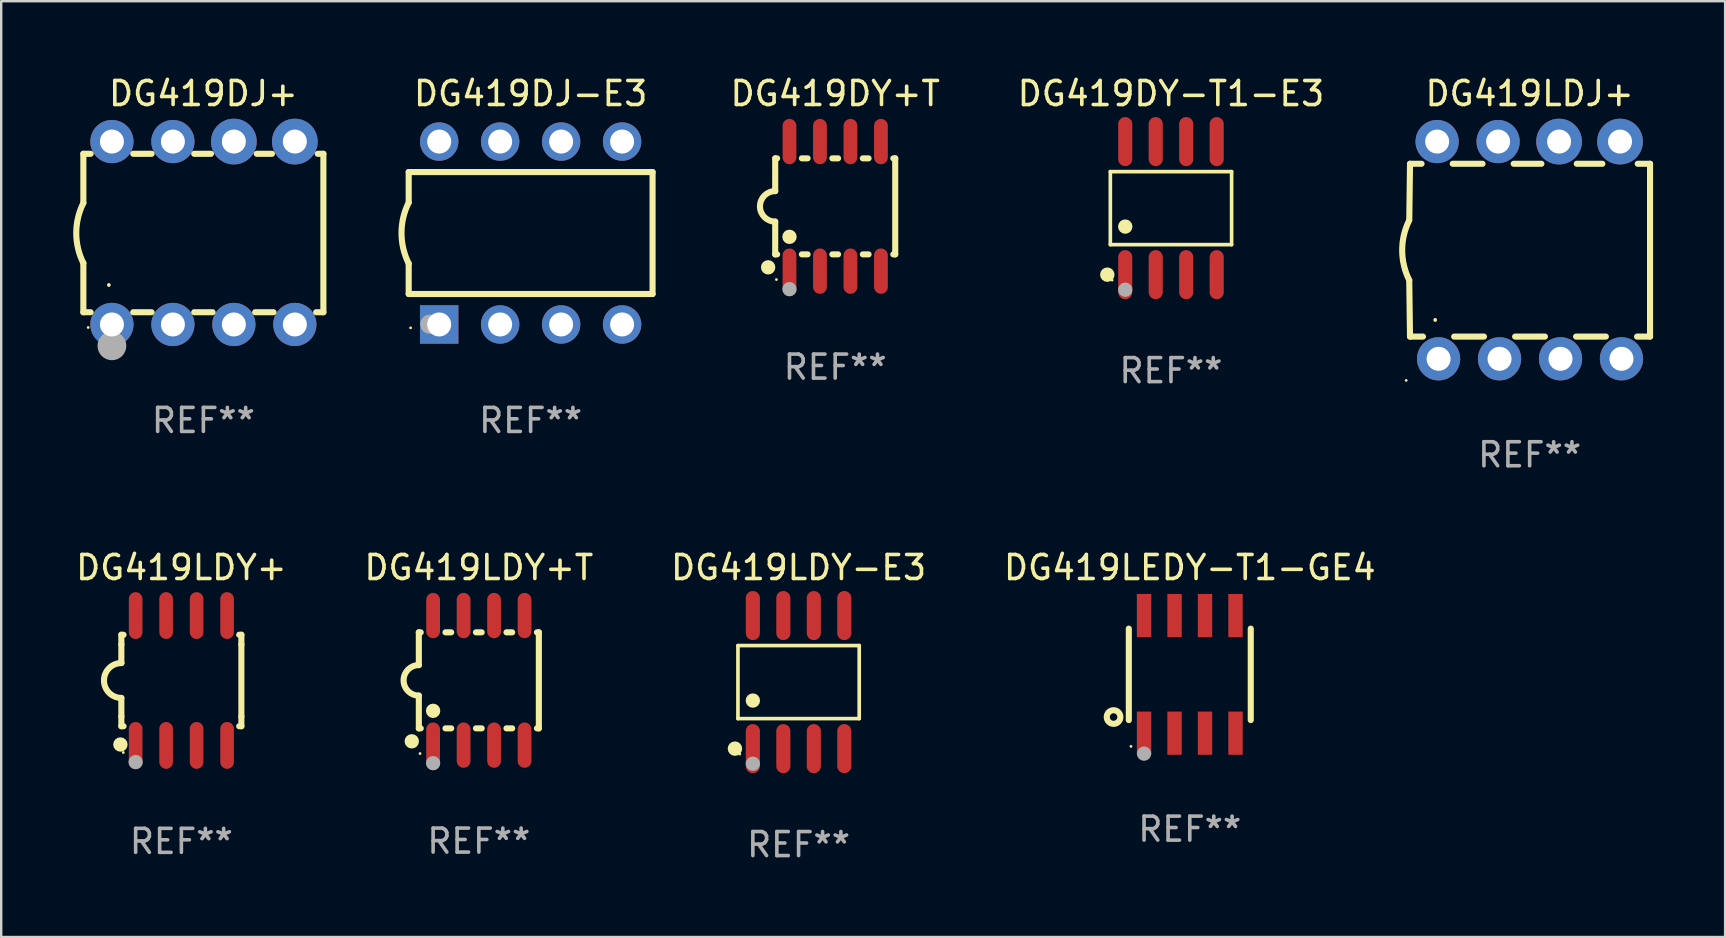
<source format=kicad_pcb>
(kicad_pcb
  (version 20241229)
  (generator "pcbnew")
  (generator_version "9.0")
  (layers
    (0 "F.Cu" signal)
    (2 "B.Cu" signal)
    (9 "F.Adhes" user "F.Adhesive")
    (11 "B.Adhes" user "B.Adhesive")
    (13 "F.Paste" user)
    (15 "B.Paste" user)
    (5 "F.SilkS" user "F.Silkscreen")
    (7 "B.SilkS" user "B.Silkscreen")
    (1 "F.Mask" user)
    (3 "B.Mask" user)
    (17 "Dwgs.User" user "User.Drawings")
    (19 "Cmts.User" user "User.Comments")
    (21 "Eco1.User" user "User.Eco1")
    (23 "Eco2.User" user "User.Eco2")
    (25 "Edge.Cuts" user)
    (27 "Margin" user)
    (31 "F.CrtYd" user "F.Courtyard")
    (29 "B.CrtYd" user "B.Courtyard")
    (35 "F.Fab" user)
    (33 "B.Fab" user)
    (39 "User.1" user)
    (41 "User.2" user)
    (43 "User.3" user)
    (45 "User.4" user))
  (footprint "DG419LDJ+"
    (layer "F.Cu")
    (at 60.677 7.373)
    (property "Reference" "DG419LDJ+" (at 0 -6.525 0) (layer "F.SilkS") (effects (font (size 1 1) (thickness 0.15))))
    (attr through_hole)
    (fp_line (start -4.984 -3.6) (end -5.014 -1.3) (stroke (width 0.254) (type solid)) (layer "F.SilkS"))
    (fp_line (start -4.984 -3.6) (end -4.504 -3.6) (stroke (width 0.254) (type solid)) (layer "F.SilkS"))
    (fp_line (start -4.984 3.6) (end -5.016 1.25) (stroke (width 0.254) (type solid)) (layer "F.SilkS"))
    (fp_line (start -4.984 3.6) (end -4.444 3.6) (stroke (width 0.254) (type solid)) (layer "F.SilkS"))
    (fp_line (start -3.205 -3.6) (end -1.964 -3.6) (stroke (width 0.254) (type solid)) (layer "F.SilkS"))
    (fp_line (start -3.145 3.6) (end -1.904 3.6) (stroke (width 0.254) (type solid)) (layer "F.SilkS"))
    (fp_line (start -0.665 -3.6) (end 0.489 -3.6) (stroke (width 0.254) (type solid)) (layer "F.SilkS"))
    (fp_line (start -0.605 3.6) (end 0.636 3.6) (stroke (width 0.254) (type solid)) (layer "F.SilkS"))
    (fp_line (start 1.935 3.6) (end 3.176 3.6) (stroke (width 0.254) (type solid)) (layer "F.SilkS"))
    (fp_line (start 1.963 -3.6) (end 3.029 -3.6) (stroke (width 0.254) (type solid)) (layer "F.SilkS"))
    (fp_line (start 4.475 3.6) (end 5.016 3.6) (stroke (width 0.254) (type solid)) (layer "F.SilkS"))
    (fp_line (start 4.503 -3.6) (end 5.016 -3.6) (stroke (width 0.254) (type solid)) (layer "F.SilkS"))
    (fp_line (start 5.016 -3.6) (end 5.016 3.6) (stroke (width 0.254) (type solid)) (layer "F.SilkS"))
    (fp_arc (start -5.015621 1.24972) (mid -5.310243 -0.000275) (end -5.014376 -1.249975) (stroke (width 0.254001) (type solid)) (layer "F.SilkS"))
    (fp_arc (start -3.934646 2.911239) (mid -3.934581 2.905612) (end -3.934392 2.899987) (stroke (width 0.149987) (type solid)) (layer "F.SilkS"))
    (fp_circle (center -5.143 5.425) (end -5.113 5.425) (stroke (width 0.06) (type solid)) (fill no) (layer "F.SilkS"))
    (fp_text user "REF**" (at 0 8.525 0) (layer "F.Fab") (effects (font (size 1 1) (thickness 0.15))))
    (pad "1" thru_hole circle (at -3.794 4.525) (size 1.8 1.8) (drill 1) (layers "*.Cu" "*.Mask"))
    (pad "2" thru_hole circle (at -1.254 4.525) (size 1.8 1.8) (drill 1) (layers "*.Cu" "*.Mask"))
    (pad "3" thru_hole circle (at 1.286 4.525) (size 1.8 1.8) (drill 1) (layers "*.Cu" "*.Mask"))
    (pad "4" thru_hole circle (at 3.826 4.525) (size 1.8 1.8) (drill 1) (layers "*.Cu" "*.Mask"))
    (pad "5" thru_hole circle (at 3.766 -4.525) (size 1.905 1.905) (drill 1) (layers "*.Cu" "*.Mask"))
    (pad "6" thru_hole circle (at 1.226 -4.525) (size 1.905 1.905) (drill 1) (layers "*.Cu" "*.Mask"))
    (pad "7" thru_hole circle (at -1.314 -4.525) (size 1.8 1.8) (drill 1) (layers "*.Cu" "*.Mask"))
    (pad "8" thru_hole circle (at -3.854 -4.525) (size 1.8 1.8) (drill 1) (layers "*.Cu" "*.Mask")))
  (footprint "DG419LDY-E3"
    (layer "F.Cu")
    (at 30.22 25.367)
    (property "Reference" "DG419LDY-E3" (at 0 -4.772 0) (layer "F.SilkS") (effects (font (size 1 1) (thickness 0.15))))
    (attr through_hole)
    (fp_line (start -2.526 -1.521) (end 2.526 -1.521) (stroke (width 0.152) (type solid)) (layer "F.SilkS"))
    (fp_line (start -2.526 1.521) (end -2.526 -1.521) (stroke (width 0.152) (type solid)) (layer "F.SilkS"))
    (fp_line (start 2.526 -1.521) (end 2.526 1.521) (stroke (width 0.152) (type solid)) (layer "F.SilkS"))
    (fp_line (start 2.526 1.521) (end -2.526 1.521) (stroke (width 0.152) (type solid)) (layer "F.SilkS"))
    (fp_circle (center -2.652 2.772) (end -2.501 2.772) (stroke (width 0.3) (type solid)) (fill no) (layer "F.SilkS"))
    (fp_circle (center -2.45 3) (end -2.42 3) (stroke (width 0.06) (type solid)) (fill no) (layer "F.SilkS"))
    (fp_circle (center -1.905 0.769) (end -1.755 0.769) (stroke (width 0.3) (type solid)) (fill no) (layer "F.SilkS"))
    (fp_circle (center -1.905 3.4) (end -1.755 3.4) (stroke (width 0.3) (type solid)) (fill no) (layer "F.Fab"))
    (fp_text user "REF**" (at 0 6.772 0) (layer "F.Fab") (effects (font (size 1 1) (thickness 0.15))))
    (pad "1" smd oval (at -1.905 2.772) (size 0.588 2.045) (layers "F.Cu" "F.Mask" "F.Paste"))
    (pad "2" smd oval (at -0.635 2.772) (size 0.588 2.045) (layers "F.Cu" "F.Mask" "F.Paste"))
    (pad "3" smd oval (at 0.635 2.772) (size 0.588 2.045) (layers "F.Cu" "F.Mask" "F.Paste"))
    (pad "4" smd oval (at 1.905 2.772) (size 0.588 2.045) (layers "F.Cu" "F.Mask" "F.Paste"))
    (pad "5" smd oval (at 1.905 -2.772) (size 0.588 2.045) (layers "F.Cu" "F.Mask" "F.Paste"))
    (pad "6" smd oval (at 0.635 -2.772) (size 0.588 2.045) (layers "F.Cu" "F.Mask" "F.Paste"))
    (pad "7" smd oval (at -0.635 -2.772) (size 0.588 2.045) (layers "F.Cu" "F.Mask" "F.Paste"))
    (pad "8" smd oval (at -1.905 -2.772) (size 0.588 2.045) (layers "F.Cu" "F.Mask" "F.Paste")))
  (footprint "DG419LDY+"
    (layer "F.Cu")
    (at 4.506 25.3)
    (property "Reference" "DG419LDY+" (at 0 -4.705 0) (layer "F.SilkS") (effects (font (size 1 1) (thickness 0.15))))
    (attr through_hole)
    (fp_line (start -2.5 -1.905) (end -2.409 -1.905) (stroke (width 0.254) (type solid)) (layer "F.SilkS"))
    (fp_line (start -2.5 -1.5) (end -2.5 -1.905) (stroke (width 0.254) (type solid)) (layer "F.SilkS"))
    (fp_line (start -2.5 -1.5) (end -2.5 -0.726) (stroke (width 0.254) (type solid)) (layer "F.SilkS"))
    (fp_line (start -2.5 1.5) (end -2.5 0.727) (stroke (width 0.254) (type solid)) (layer "F.SilkS"))
    (fp_line (start -2.5 1.5) (end -2.5 1.905) (stroke (width 0.254) (type solid)) (layer "F.SilkS"))
    (fp_line (start -2.5 1.905) (end -2.409 1.905) (stroke (width 0.254) (type solid)) (layer "F.SilkS"))
    (fp_line (start 2.5 -1.905) (end 2.409 -1.905) (stroke (width 0.254) (type solid)) (layer "F.SilkS"))
    (fp_line (start 2.5 -1.5) (end 2.5 -1.905) (stroke (width 0.254) (type solid)) (layer "F.SilkS"))
    (fp_line (start 2.5 -1.5) (end 2.5 1.5) (stroke (width 0.254) (type solid)) (layer "F.SilkS"))
    (fp_line (start 2.5 1.5) (end 2.5 1.905) (stroke (width 0.254) (type solid)) (layer "F.SilkS"))
    (fp_line (start 2.5 1.905) (end 2.409 1.905) (stroke (width 0.254) (type solid)) (layer "F.SilkS"))
    (fp_arc (start -2.5 0.726568) (mid -3.220316 -0.0023) (end -2.495097 -0.726289) (stroke (width 0.254001) (type solid)) (layer "F.SilkS"))
    (fp_circle (center -2.54 2.667) (end -2.39 2.667) (stroke (width 0.3) (type solid)) (fill no) (layer "F.SilkS"))
    (fp_circle (center -2.42 3) (end -2.39 3) (stroke (width 0.06) (type solid)) (fill no) (layer "F.SilkS"))
    (fp_circle (center -1.905 3.4) (end -1.755 3.4) (stroke (width 0.3) (type solid)) (fill no) (layer "F.Fab"))
    (fp_text user "REF**" (at 0 6.705 0) (layer "F.Fab") (effects (font (size 1 1) (thickness 0.15))))
    (pad "1" smd oval (at -1.905 2.705) (size 0.568 1.95) (layers "F.Cu" "F.Mask" "F.Paste"))
    (pad "2" smd oval (at -0.635 2.705) (size 0.568 1.95) (layers "F.Cu" "F.Mask" "F.Paste"))
    (pad "3" smd oval (at 0.635 2.705) (size 0.568 1.95) (layers "F.Cu" "F.Mask" "F.Paste"))
    (pad "4" smd oval (at 1.905 2.705) (size 0.568 1.95) (layers "F.Cu" "F.Mask" "F.Paste"))
    (pad "5" smd oval (at 1.905 -2.705) (size 0.568 1.95) (layers "F.Cu" "F.Mask" "F.Paste"))
    (pad "6" smd oval (at 0.635 -2.705) (size 0.568 1.95) (layers "F.Cu" "F.Mask" "F.Paste"))
    (pad "7" smd oval (at -0.635 -2.705) (size 0.568 1.95) (layers "F.Cu" "F.Mask" "F.Paste"))
    (pad "8" smd oval (at -1.905 -2.705) (size 0.568 1.95) (layers "F.Cu" "F.Mask" "F.Paste")))
  (footprint "DG419DJ-E3"
    (layer "F.Cu")
    (at 19.057 6.658)
    (property "Reference" "DG419DJ-E3" (at 0 -5.81 0) (layer "F.SilkS") (effects (font (size 1 1) (thickness 0.15))))
    (attr through_hole)
    (fp_line (start -5.08 -1.27) (end -5.08 -2.54) (stroke (width 0.254) (type solid)) (layer "F.SilkS"))
    (fp_line (start -5.08 2.54) (end -5.08 1.27) (stroke (width 0.254) (type solid)) (layer "F.SilkS"))
    (fp_line (start 5.08 -2.54) (end -5.08 -2.54) (stroke (width 0.254) (type solid)) (layer "F.SilkS"))
    (fp_line (start 5.08 2.54) (end -5.08 2.54) (stroke (width 0.254) (type solid)) (layer "F.SilkS"))
    (fp_line (start 5.08 2.54) (end 5.08 -2.54) (stroke (width 0.254) (type solid)) (layer "F.SilkS"))
    (fp_arc (start -5.080011 1.270002) (mid -5.379818 -0.000001) (end -5.08001 -1.270003) (stroke (width 0.254001) (type solid)) (layer "F.SilkS"))
    (fp_circle (center -5 3.95) (end -4.97 3.95) (stroke (width 0.06) (type solid)) (fill no) (layer "F.SilkS"))
    (fp_circle (center -4.2 3.8) (end -4 3.8) (stroke (width 0.4) (type solid)) (fill no) (layer "F.Fab"))
    (fp_text user "REF**" (at 0 7.81 0) (layer "F.Fab") (effects (font (size 1 1) (thickness 0.15))))
    (pad "1" thru_hole rect (at -3.81 3.81) (size 1.6 1.6) (drill 1) (layers "*.Cu" "*.Mask"))
    (pad "2" thru_hole circle (at -1.27 3.81) (size 1.6 1.6) (drill 1) (layers "*.Cu" "*.Mask"))
    (pad "3" thru_hole circle (at 1.27 3.81) (size 1.6 1.6) (drill 1) (layers "*.Cu" "*.Mask"))
    (pad "4" thru_hole circle (at 3.81 3.81) (size 1.6 1.6) (drill 1) (layers "*.Cu" "*.Mask"))
    (pad "5" thru_hole circle (at 3.81 -3.81) (size 1.6 1.6) (drill 1) (layers "*.Cu" "*.Mask"))
    (pad "6" thru_hole circle (at 1.27 -3.81) (size 1.6 1.6) (drill 1) (layers "*.Cu" "*.Mask"))
    (pad "7" thru_hole circle (at -1.27 -3.81) (size 1.6 1.6) (drill 1) (layers "*.Cu" "*.Mask"))
    (pad "8" thru_hole circle (at -3.81 -3.81) (size 1.6 1.6) (drill 1) (layers "*.Cu" "*.Mask")))
  (footprint "DG419DY+T"
    (layer "F.Cu")
    (at 31.746 5.547)
    (property "Reference" "DG419DY+T" (at 0 -4.699 0) (layer "F.SilkS") (effects (font (size 1 1) (thickness 0.15))))
    (attr through_hole)
    (fp_line (start -2.5 -2) (end -2.5 -0.635) (stroke (width 0.254) (type solid)) (layer "F.SilkS"))
    (fp_line (start -2.5 -2) (end -2.421 -2) (stroke (width 0.254) (type solid)) (layer "F.SilkS"))
    (fp_line (start -2.5 2) (end -2.5 0.635) (stroke (width 0.254) (type solid)) (layer "F.SilkS"))
    (fp_line (start -2.5 2) (end -2.421 2) (stroke (width 0.254) (type solid)) (layer "F.SilkS"))
    (fp_line (start -1.389 -2) (end -1.151 -2) (stroke (width 0.254) (type solid)) (layer "F.SilkS"))
    (fp_line (start -1.389 2) (end -1.151 2) (stroke (width 0.254) (type solid)) (layer "F.SilkS"))
    (fp_line (start -0.119 -2) (end 0.119 -2) (stroke (width 0.254) (type solid)) (layer "F.SilkS"))
    (fp_line (start -0.119 2) (end 0.119 2) (stroke (width 0.254) (type solid)) (layer "F.SilkS"))
    (fp_line (start 1.151 -2) (end 1.389 -2) (stroke (width 0.254) (type solid)) (layer "F.SilkS"))
    (fp_line (start 1.151 2) (end 1.389 2) (stroke (width 0.254) (type solid)) (layer "F.SilkS"))
    (fp_line (start 2.421 -2) (end 2.5 -2) (stroke (width 0.254) (type solid)) (layer "F.SilkS"))
    (fp_line (start 2.421 2) (end 2.5 2) (stroke (width 0.254) (type solid)) (layer "F.SilkS"))
    (fp_line (start 2.5 -2) (end 2.5 2) (stroke (width 0.254) (type solid)) (layer "F.SilkS"))
    (fp_arc (start -2.5 0.635001) (mid -3.134366 -0.000318) (end -2.499365 -0.635001) (stroke (width 0.254001) (type solid)) (layer "F.SilkS"))
    (fp_circle (center -2.794 2.54) (end -2.644 2.54) (stroke (width 0.3) (type solid)) (fill no) (layer "F.SilkS"))
    (fp_circle (center -2.45 3.05) (end -2.42 3.05) (stroke (width 0.06) (type solid)) (fill no) (layer "F.SilkS"))
    (fp_circle (center -1.905 1.27) (end -1.755 1.27) (stroke (width 0.3) (type solid)) (fill no) (layer "F.SilkS"))
    (fp_circle (center -1.905 3.45) (end -1.755 3.45) (stroke (width 0.3) (type solid)) (fill no) (layer "F.Fab"))
    (fp_text user "REF**" (at 0 6.699 0) (layer "F.Fab") (effects (font (size 1 1) (thickness 0.15))))
    (pad "1" smd oval (at -1.905 2.699) (size 0.574 1.888) (layers "F.Cu" "F.Mask" "F.Paste"))
    (pad "2" smd oval (at -0.635 2.699) (size 0.574 1.888) (layers "F.Cu" "F.Mask" "F.Paste"))
    (pad "3" smd oval (at 0.635 2.699) (size 0.574 1.888) (layers "F.Cu" "F.Mask" "F.Paste"))
    (pad "4" smd oval (at 1.905 2.699) (size 0.574 1.888) (layers "F.Cu" "F.Mask" "F.Paste"))
    (pad "5" smd oval (at 1.905 -2.699) (size 0.574 1.888) (layers "F.Cu" "F.Mask" "F.Paste"))
    (pad "6" smd oval (at 0.635 -2.699) (size 0.574 1.888) (layers "F.Cu" "F.Mask" "F.Paste"))
    (pad "7" smd oval (at -0.635 -2.699) (size 0.574 1.888) (layers "F.Cu" "F.Mask" "F.Paste"))
    (pad "8" smd oval (at -1.905 -2.699) (size 0.574 1.888) (layers "F.Cu" "F.Mask" "F.Paste")))
  (footprint "DG419DY-T1-E3"
    (layer "F.Cu")
    (at 45.734 5.621)
    (property "Reference" "DG419DY-T1-E3" (at 0 -4.772 0) (layer "F.SilkS") (effects (font (size 1 1) (thickness 0.15))))
    (attr through_hole)
    (fp_line (start -2.526 -1.521) (end 2.526 -1.521) (stroke (width 0.152) (type solid)) (layer "F.SilkS"))
    (fp_line (start -2.526 1.521) (end -2.526 -1.521) (stroke (width 0.152) (type solid)) (layer "F.SilkS"))
    (fp_line (start 2.526 -1.521) (end 2.526 1.521) (stroke (width 0.152) (type solid)) (layer "F.SilkS"))
    (fp_line (start 2.526 1.521) (end -2.526 1.521) (stroke (width 0.152) (type solid)) (layer "F.SilkS"))
    (fp_circle (center -2.652 2.772) (end -2.501 2.772) (stroke (width 0.3) (type solid)) (fill no) (layer "F.SilkS"))
    (fp_circle (center -2.45 3) (end -2.42 3) (stroke (width 0.06) (type solid)) (fill no) (layer "F.SilkS"))
    (fp_circle (center -1.905 0.769) (end -1.755 0.769) (stroke (width 0.3) (type solid)) (fill no) (layer "F.SilkS"))
    (fp_circle (center -1.905 3.4) (end -1.755 3.4) (stroke (width 0.3) (type solid)) (fill no) (layer "F.Fab"))
    (fp_text user "REF**" (at 0 6.772 0) (layer "F.Fab") (effects (font (size 1 1) (thickness 0.15))))
    (pad "1" smd oval (at -1.905 2.772) (size 0.588 2.045) (layers "F.Cu" "F.Mask" "F.Paste"))
    (pad "2" smd oval (at -0.635 2.772) (size 0.588 2.045) (layers "F.Cu" "F.Mask" "F.Paste"))
    (pad "3" smd oval (at 0.635 2.772) (size 0.588 2.045) (layers "F.Cu" "F.Mask" "F.Paste"))
    (pad "4" smd oval (at 1.905 2.772) (size 0.588 2.045) (layers "F.Cu" "F.Mask" "F.Paste"))
    (pad "5" smd oval (at 1.905 -2.772) (size 0.588 2.045) (layers "F.Cu" "F.Mask" "F.Paste"))
    (pad "6" smd oval (at 0.635 -2.772) (size 0.588 2.045) (layers "F.Cu" "F.Mask" "F.Paste"))
    (pad "7" smd oval (at -0.635 -2.772) (size 0.588 2.045) (layers "F.Cu" "F.Mask" "F.Paste"))
    (pad "8" smd oval (at -1.905 -2.772) (size 0.588 2.045) (layers "F.Cu" "F.Mask" "F.Paste")))
  (footprint "DG419DJ+"
    (layer "F.Cu")
    (at 5.423 6.658)
    (property "Reference" "DG419DJ+" (at 0 -5.81 0) (layer "F.SilkS") (effects (font (size 1 1) (thickness 0.15))))
    (attr through_hole)
    (fp_line (start -5 -3.3) (end -5 -1.25) (stroke (width 0.254) (type solid)) (layer "F.SilkS"))
    (fp_line (start -5 -3.3) (end -4.698 -3.3) (stroke (width 0.254) (type solid)) (layer "F.SilkS"))
    (fp_line (start -5 3.3) (end -5 1.25) (stroke (width 0.254) (type solid)) (layer "F.SilkS"))
    (fp_line (start -5 3.3) (end -4.698 3.3) (stroke (width 0.254) (type solid)) (layer "F.SilkS"))
    (fp_line (start -2.922 -3.3) (end -2.158 -3.3) (stroke (width 0.254) (type solid)) (layer "F.SilkS"))
    (fp_line (start -2.922 3.3) (end -2.158 3.3) (stroke (width 0.254) (type solid)) (layer "F.SilkS"))
    (fp_line (start -0.382 -3.3) (end 0.316 -3.3) (stroke (width 0.254) (type solid)) (layer "F.SilkS"))
    (fp_line (start -0.382 3.3) (end 0.382 3.3) (stroke (width 0.254) (type solid)) (layer "F.SilkS"))
    (fp_line (start 2.158 3.3) (end 2.922 3.3) (stroke (width 0.254) (type solid)) (layer "F.SilkS"))
    (fp_line (start 2.224 -3.3) (end 2.856 -3.3) (stroke (width 0.254) (type solid)) (layer "F.SilkS"))
    (fp_line (start 4.698 3.3) (end 5 3.3) (stroke (width 0.254) (type solid)) (layer "F.SilkS"))
    (fp_line (start 4.764 -3.3) (end 5 -3.3) (stroke (width 0.254) (type solid)) (layer "F.SilkS"))
    (fp_line (start 5 -3.3) (end 5 3.3) (stroke (width 0.254) (type solid)) (layer "F.SilkS"))
    (fp_arc (start -5.00127 1.249682) (mid -5.295892 -0.000313) (end -5.000025 -1.250013) (stroke (width 0.254001) (type solid)) (layer "F.SilkS"))
    (fp_arc (start -3.937262 2.170256) (mid -3.937197 2.164629) (end -3.937008 2.159004) (stroke (width 0.149987) (type solid)) (layer "F.SilkS"))
    (fp_circle (center -4.8 3.935) (end -4.77 3.935) (stroke (width 0.06) (type solid)) (fill no) (layer "F.SilkS"))
    (fp_circle (center -3.81 4.699) (end -3.51 4.699) (stroke (width 0.6) (type solid)) (fill no) (layer "F.Fab"))
    (fp_text user "REF**" (at 0 7.81 0) (layer "F.Fab") (effects (font (size 1 1) (thickness 0.15))))
    (pad "1" thru_hole circle (at -3.81 3.81) (size 1.8 1.8) (drill 1) (layers "*.Cu" "*.Mask"))
    (pad "2" thru_hole circle (at -1.27 3.81) (size 1.8 1.8) (drill 1) (layers "*.Cu" "*.Mask"))
    (pad "3" thru_hole circle (at 1.27 3.81) (size 1.8 1.8) (drill 1) (layers "*.Cu" "*.Mask"))
    (pad "4" thru_hole circle (at 3.81 3.81) (size 1.8 1.8) (drill 1) (layers "*.Cu" "*.Mask"))
    (pad "5" thru_hole circle (at 3.81 -3.81) (size 1.905 1.905) (drill 1) (layers "*.Cu" "*.Mask"))
    (pad "6" thru_hole circle (at 1.27 -3.81) (size 1.905 1.905) (drill 1) (layers "*.Cu" "*.Mask"))
    (pad "7" thru_hole circle (at -1.27 -3.81) (size 1.8 1.8) (drill 1) (layers "*.Cu" "*.Mask"))
    (pad "8" thru_hole circle (at -3.81 -3.81) (size 1.8 1.8) (drill 1) (layers "*.Cu" "*.Mask")))
  (footprint "DG419LDY+T"
    (layer "F.Cu")
    (at 16.899 25.294)
    (property "Reference" "DG419LDY+T" (at 0 -4.699 0) (layer "F.SilkS") (effects (font (size 1 1) (thickness 0.15))))
    (attr through_hole)
    (fp_line (start -2.5 -2) (end -2.5 -0.635) (stroke (width 0.254) (type solid)) (layer "F.SilkS"))
    (fp_line (start -2.5 -2) (end -2.421 -2) (stroke (width 0.254) (type solid)) (layer "F.SilkS"))
    (fp_line (start -2.5 2) (end -2.5 0.635) (stroke (width 0.254) (type solid)) (layer "F.SilkS"))
    (fp_line (start -2.5 2) (end -2.421 2) (stroke (width 0.254) (type solid)) (layer "F.SilkS"))
    (fp_line (start -1.389 -2) (end -1.151 -2) (stroke (width 0.254) (type solid)) (layer "F.SilkS"))
    (fp_line (start -1.389 2) (end -1.151 2) (stroke (width 0.254) (type solid)) (layer "F.SilkS"))
    (fp_line (start -0.119 -2) (end 0.119 -2) (stroke (width 0.254) (type solid)) (layer "F.SilkS"))
    (fp_line (start -0.119 2) (end 0.119 2) (stroke (width 0.254) (type solid)) (layer "F.SilkS"))
    (fp_line (start 1.151 -2) (end 1.389 -2) (stroke (width 0.254) (type solid)) (layer "F.SilkS"))
    (fp_line (start 1.151 2) (end 1.389 2) (stroke (width 0.254) (type solid)) (layer "F.SilkS"))
    (fp_line (start 2.421 -2) (end 2.5 -2) (stroke (width 0.254) (type solid)) (layer "F.SilkS"))
    (fp_line (start 2.421 2) (end 2.5 2) (stroke (width 0.254) (type solid)) (layer "F.SilkS"))
    (fp_line (start 2.5 -2) (end 2.5 2) (stroke (width 0.254) (type solid)) (layer "F.SilkS"))
    (fp_arc (start -2.5 0.635001) (mid -3.134366 -0.000318) (end -2.499365 -0.635001) (stroke (width 0.254001) (type solid)) (layer "F.SilkS"))
    (fp_circle (center -2.794 2.54) (end -2.644 2.54) (stroke (width 0.3) (type solid)) (fill no) (layer "F.SilkS"))
    (fp_circle (center -2.45 3.05) (end -2.42 3.05) (stroke (width 0.06) (type solid)) (fill no) (layer "F.SilkS"))
    (fp_circle (center -1.905 1.27) (end -1.755 1.27) (stroke (width 0.3) (type solid)) (fill no) (layer "F.SilkS"))
    (fp_circle (center -1.905 3.45) (end -1.755 3.45) (stroke (width 0.3) (type solid)) (fill no) (layer "F.Fab"))
    (fp_text user "REF**" (at 0 6.699 0) (layer "F.Fab") (effects (font (size 1 1) (thickness 0.15))))
    (pad "1" smd oval (at -1.905 2.699) (size 0.574 1.888) (layers "F.Cu" "F.Mask" "F.Paste"))
    (pad "2" smd oval (at -0.635 2.699) (size 0.574 1.888) (layers "F.Cu" "F.Mask" "F.Paste"))
    (pad "3" smd oval (at 0.635 2.699) (size 0.574 1.888) (layers "F.Cu" "F.Mask" "F.Paste"))
    (pad "4" smd oval (at 1.905 2.699) (size 0.574 1.888) (layers "F.Cu" "F.Mask" "F.Paste"))
    (pad "5" smd oval (at 1.905 -2.699) (size 0.574 1.888) (layers "F.Cu" "F.Mask" "F.Paste"))
    (pad "6" smd oval (at 0.635 -2.699) (size 0.574 1.888) (layers "F.Cu" "F.Mask" "F.Paste"))
    (pad "7" smd oval (at -0.635 -2.699) (size 0.574 1.888) (layers "F.Cu" "F.Mask" "F.Paste"))
    (pad "8" smd oval (at -1.905 -2.699) (size 0.574 1.888) (layers "F.Cu" "F.Mask" "F.Paste")))
  (footprint "DG419LEDY-T1-GE4"
    (layer "F.Cu")
    (at 46.518 25.045)
    (property "Reference" "DG419LEDY-T1-GE4" (at 0 -4.45 0) (layer "F.SilkS") (effects (font (size 1 1) (thickness 0.15))))
    (attr through_hole)
    (fp_line (start -2.54 -1.905) (end -2.54 1.905) (stroke (width 0.254) (type solid)) (layer "F.SilkS"))
    (fp_line (start 2.54 -1.905) (end 2.54 1.905) (stroke (width 0.254) (type solid)) (layer "F.SilkS"))
    (fp_circle (center -3.175 1.778) (end -2.891 1.778) (stroke (width 0.254) (type solid)) (fill no) (layer "F.SilkS"))
    (fp_circle (center -2.45 3) (end -2.42 3) (stroke (width 0.06) (type solid)) (fill no) (layer "F.SilkS"))
    (fp_circle (center -1.905 3.302) (end -1.755 3.302) (stroke (width 0.3) (type solid)) (fill no) (layer "F.Fab"))
    (fp_text user "REF**" (at 0 6.45 0) (layer "F.Fab") (effects (font (size 1 1) (thickness 0.15))))
    (pad "1" smd rect (at -1.905 2.45) (size 0.6 1.8) (layers "F.Cu" "F.Mask" "F.Paste"))
    (pad "2" smd rect (at -0.635 2.45) (size 0.6 1.8) (layers "F.Cu" "F.Mask" "F.Paste"))
    (pad "3" smd rect (at 0.635 2.45) (size 0.6 1.8) (layers "F.Cu" "F.Mask" "F.Paste"))
    (pad "4" smd rect (at 1.905 2.45) (size 0.6 1.8) (layers "F.Cu" "F.Mask" "F.Paste"))
    (pad "5" smd rect (at 1.905 -2.45 180) (size 0.6 1.8) (layers "F.Cu" "F.Mask" "F.Paste"))
    (pad "6" smd rect (at 0.635 -2.45 180) (size 0.6 1.8) (layers "F.Cu" "F.Mask" "F.Paste"))
    (pad "7" smd rect (at -0.635 -2.45 180) (size 0.6 1.8) (layers "F.Cu" "F.Mask" "F.Paste"))
    (pad "8" smd rect (at -1.905 -2.45 180) (size 0.6 1.8) (layers "F.Cu" "F.Mask" "F.Paste")))
  (gr_rect
    (start -3 -3)
    (end 68.82 35.988)
    (stroke (width 0.1) (type default))
    (fill no)
    (layer "Edge.Cuts")))
</source>
